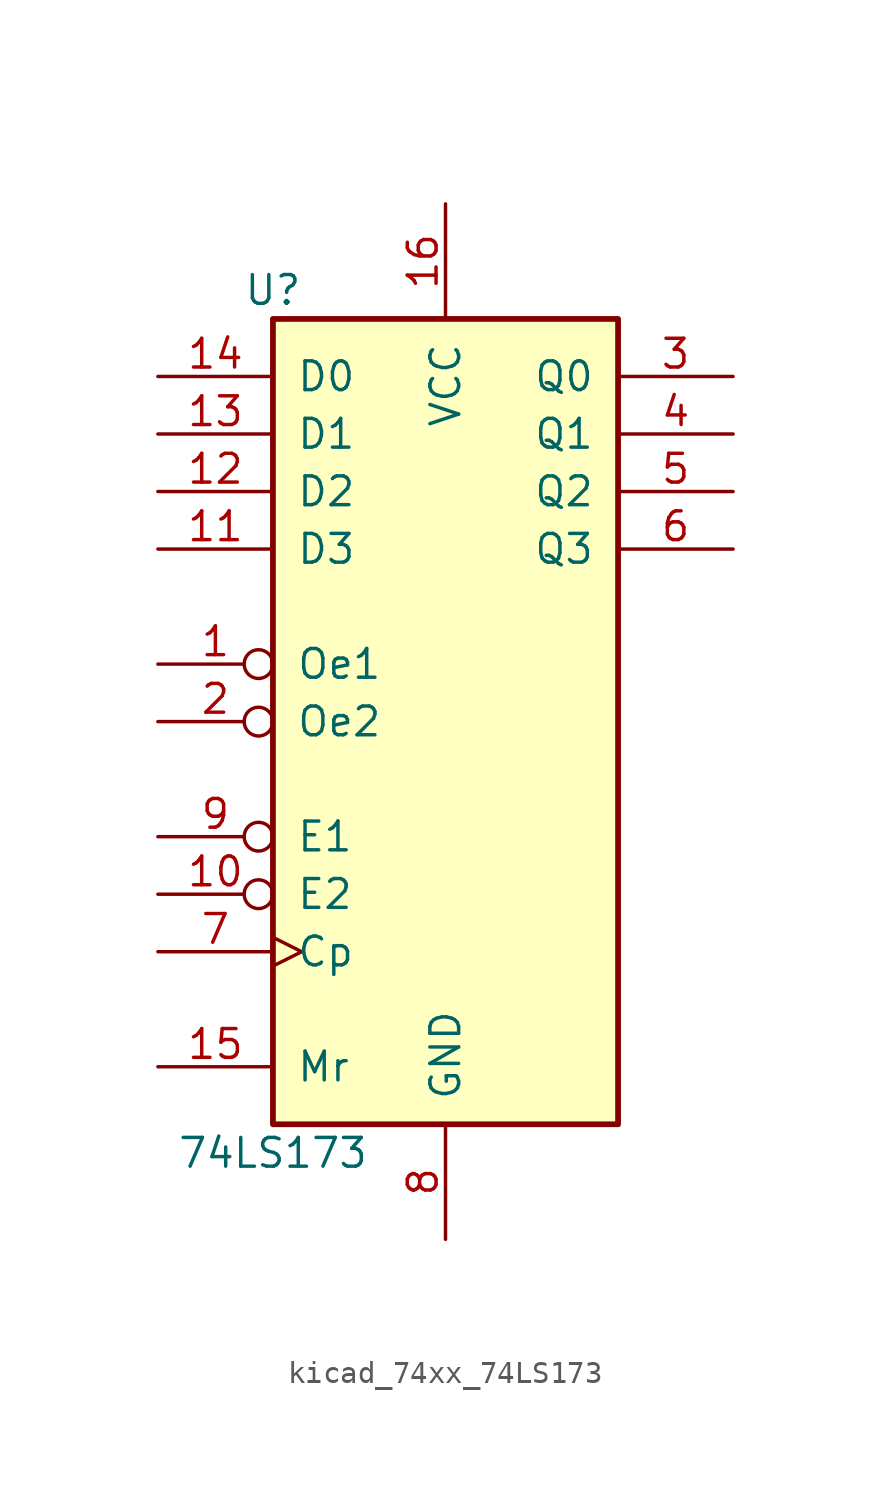
<source format=kicad_sym>
(kicad_symbol_lib
  (version 20220914)
  (generator kicad_symbol_editor)
  (symbol "kicad_74xx_74LS173"
    (pin_names
      (offset 1.016))
    (property "Reference" "U"
      (at -7.62 19.05 0)
      (effects (font (size 1.27 1.27))))
    (property "Value" "74LS173"
      (at -7.62 -19.05 0)
      (effects (font (size 1.27 1.27))))
    (property "ki_locked" ""
      (at 0 0 0)
      (effects (font (size 1.27 1.27))))
    (symbol "kicad_74xx_74LS173_1_0"
      (pin input inverted (at -12.7 2.54 0) (length 5.08) (name "Oe1" (effects (font (size 1.27 1.27)))) (number "1" (effects (font (size 1.27 1.27)))))
      (pin input inverted (at -12.7 -7.62 0) (length 5.08) (name "E2" (effects (font (size 1.27 1.27)))) (number "10" (effects (font (size 1.27 1.27)))))
      (pin input line (at -12.7 7.62 0) (length 5.08) (name "D3" (effects (font (size 1.27 1.27)))) (number "11" (effects (font (size 1.27 1.27)))))
      (pin input line (at -12.7 10.16 0) (length 5.08) (name "D2" (effects (font (size 1.27 1.27)))) (number "12" (effects (font (size 1.27 1.27)))))
      (pin input line (at -12.7 12.7 0) (length 5.08) (name "D1" (effects (font (size 1.27 1.27)))) (number "13" (effects (font (size 1.27 1.27)))))
      (pin input line (at -12.7 15.24 0) (length 5.08) (name "D0" (effects (font (size 1.27 1.27)))) (number "14" (effects (font (size 1.27 1.27)))))
      (pin input line (at -12.7 -15.24 0) (length 5.08) (name "Mr" (effects (font (size 1.27 1.27)))) (number "15" (effects (font (size 1.27 1.27)))))
      (pin power_in line (at 0 22.86 270) (length 5.08) (name "VCC" (effects (font (size 1.27 1.27)))) (number "16" (effects (font (size 1.27 1.27)))))
      (pin input inverted (at -12.7 0 0) (length 5.08) (name "Oe2" (effects (font (size 1.27 1.27)))) (number "2" (effects (font (size 1.27 1.27)))))
      (pin tri_state line (at 12.7 15.24 180) (length 5.08) (name "Q0" (effects (font (size 1.27 1.27)))) (number "3" (effects (font (size 1.27 1.27)))))
      (pin tri_state line (at 12.7 12.7 180) (length 5.08) (name "Q1" (effects (font (size 1.27 1.27)))) (number "4" (effects (font (size 1.27 1.27)))))
      (pin tri_state line (at 12.7 10.16 180) (length 5.08) (name "Q2" (effects (font (size 1.27 1.27)))) (number "5" (effects (font (size 1.27 1.27)))))
      (pin tri_state line (at 12.7 7.62 180) (length 5.08) (name "Q3" (effects (font (size 1.27 1.27)))) (number "6" (effects (font (size 1.27 1.27)))))
      (pin input clock (at -12.7 -10.16 0) (length 5.08) (name "Cp" (effects (font (size 1.27 1.27)))) (number "7" (effects (font (size 1.27 1.27)))))
      (pin power_in line (at 0 -22.86 90) (length 5.08) (name "GND" (effects (font (size 1.27 1.27)))) (number "8" (effects (font (size 1.27 1.27)))))
      (pin input inverted (at -12.7 -5.08 0) (length 5.08) (name "E1" (effects (font (size 1.27 1.27)))) (number "9" (effects (font (size 1.27 1.27))))))
    (symbol "kicad_74xx_74LS173_1_1"
      (rectangle (start -7.62 17.78) (end 7.62 -17.78) (stroke (width 0.254) (type default)) (fill (type background))))))
</source>
